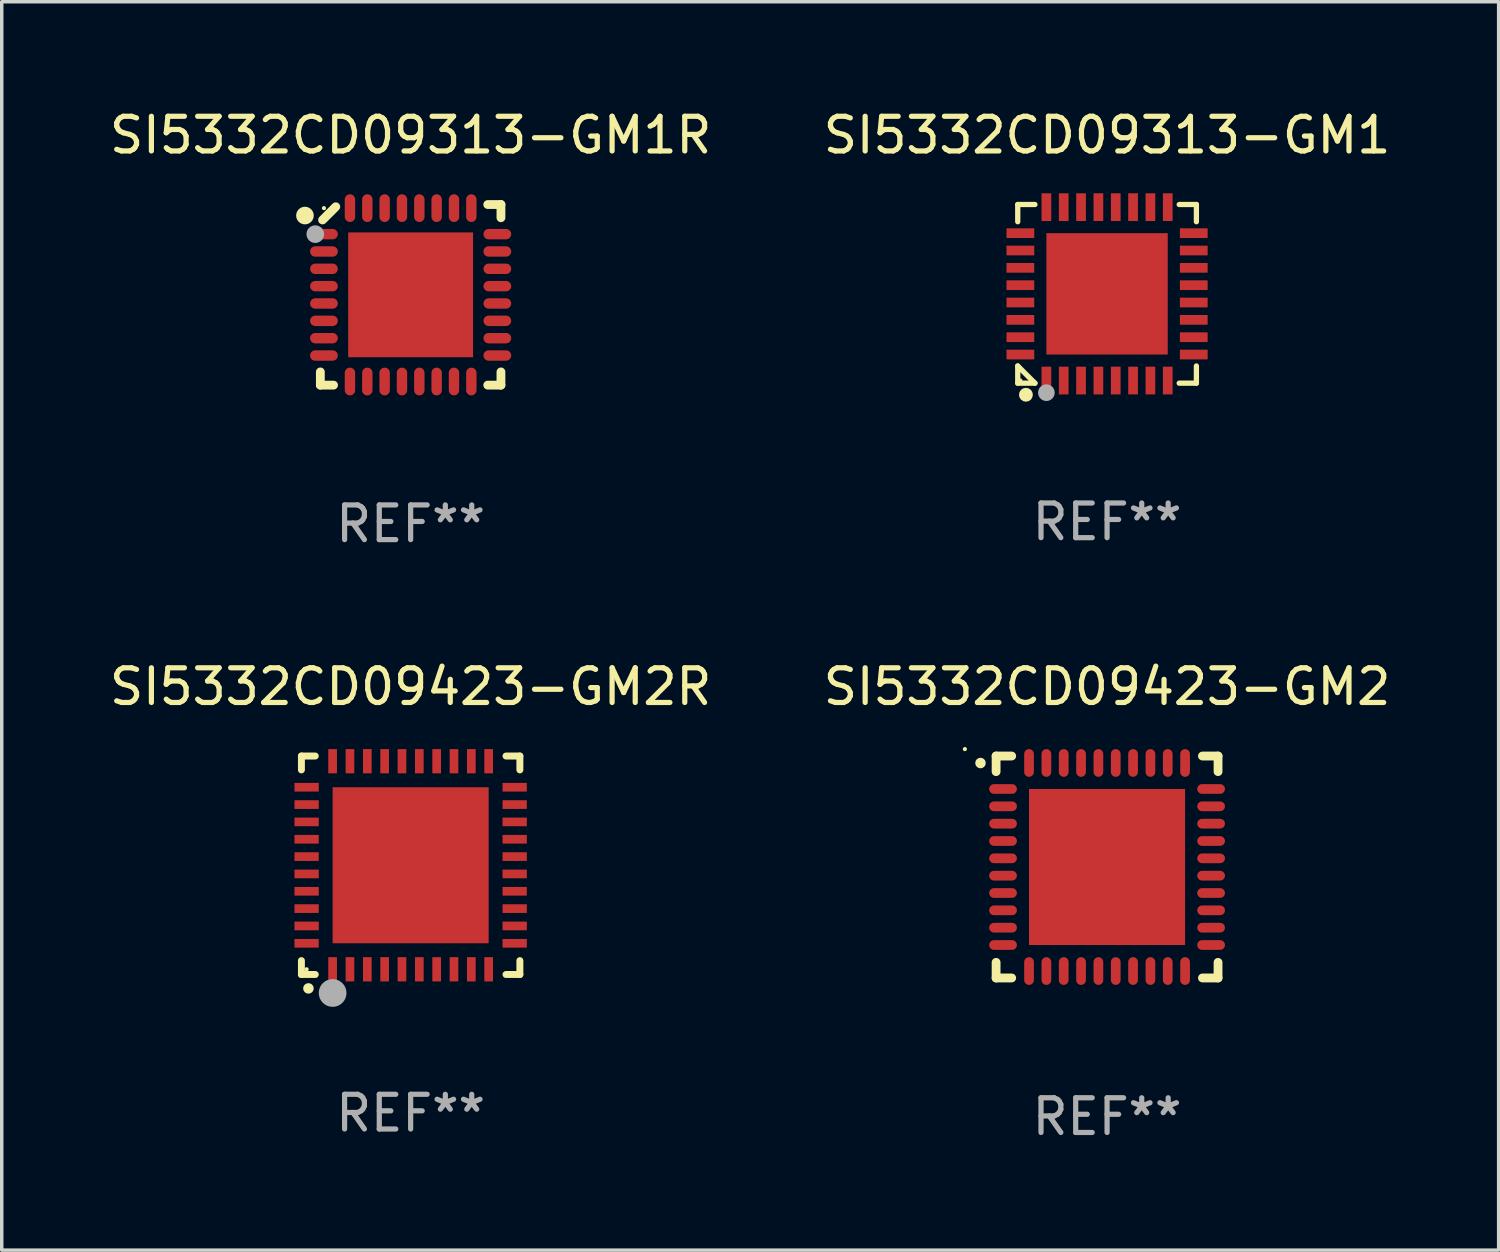
<source format=kicad_pcb>
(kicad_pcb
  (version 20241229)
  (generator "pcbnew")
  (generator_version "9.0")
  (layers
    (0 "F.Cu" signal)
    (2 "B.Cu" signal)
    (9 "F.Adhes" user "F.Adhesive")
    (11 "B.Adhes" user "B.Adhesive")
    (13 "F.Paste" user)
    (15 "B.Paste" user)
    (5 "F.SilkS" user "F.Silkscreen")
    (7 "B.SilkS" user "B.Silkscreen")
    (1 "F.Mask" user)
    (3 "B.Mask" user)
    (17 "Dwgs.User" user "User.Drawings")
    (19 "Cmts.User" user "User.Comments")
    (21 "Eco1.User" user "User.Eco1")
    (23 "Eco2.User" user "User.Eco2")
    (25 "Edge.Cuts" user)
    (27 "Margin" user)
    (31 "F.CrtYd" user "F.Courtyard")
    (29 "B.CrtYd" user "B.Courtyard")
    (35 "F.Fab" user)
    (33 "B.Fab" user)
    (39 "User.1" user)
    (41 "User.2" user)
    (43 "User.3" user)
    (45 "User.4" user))
  (footprint "SI5332CD09423-GM2R"
    (layer "F.Cu")
    (at 8.792 21.902)
    (property "Reference" "SI5332CD09423-GM2R" (at 0 -5.15 0) (layer "F.SilkS") (effects (font (size 1 1) (thickness 0.15))))
    (attr through_hole)
    (fp_line (start -3.15 -3.15) (end -2.75 -3.15) (stroke (width 0.2) (type solid)) (layer "F.SilkS"))
    (fp_line (start -3.15 -2.75) (end -3.15 -3.15) (stroke (width 0.2) (type solid)) (layer "F.SilkS"))
    (fp_line (start -3.15 3.15) (end -3.15 2.75) (stroke (width 0.2) (type solid)) (layer "F.SilkS"))
    (fp_line (start -2.75 3.15) (end -3.15 3.15) (stroke (width 0.2) (type solid)) (layer "F.SilkS"))
    (fp_line (start 3.15 -3.15) (end 2.75 -3.15) (stroke (width 0.2) (type solid)) (layer "F.SilkS"))
    (fp_line (start 3.15 -2.75) (end 3.15 -3.15) (stroke (width 0.2) (type solid)) (layer "F.SilkS"))
    (fp_line (start 3.15 2.75) (end 3.15 3.15) (stroke (width 0.2) (type solid)) (layer "F.SilkS"))
    (fp_line (start 3.15 3.15) (end 2.75 3.15) (stroke (width 0.2) (type solid)) (layer "F.SilkS"))
    (fp_arc (start -2.94892 3.550927) (mid -2.94765 3.550922) (end -2.94638 3.550927) (stroke (width 0.3) (type solid)) (layer "F.SilkS"))
    (fp_circle (center -3 3) (end -2.97 3) (stroke (width 0.06) (type solid)) (fill no) (layer "F.SilkS"))
    (fp_circle (center -2.25 3.683) (end -2.05 3.683) (stroke (width 0.4) (type solid)) (fill no) (layer "F.Fab"))
    (fp_text user "REF**" (at 0 7.15 0) (layer "F.Fab") (effects (font (size 1 1) (thickness 0.15))))
    (pad "1" smd rect (at -2.25 3 180) (size 0.25 0.7) (layers "F.Cu" "F.Mask" "F.Paste"))
    (pad "2" smd rect (at -1.75 3 180) (size 0.25 0.7) (layers "F.Cu" "F.Mask" "F.Paste"))
    (pad "3" smd rect (at -1.25 3 180) (size 0.25 0.7) (layers "F.Cu" "F.Mask" "F.Paste"))
    (pad "4" smd rect (at -0.75 3 180) (size 0.25 0.7) (layers "F.Cu" "F.Mask" "F.Paste"))
    (pad "5" smd rect (at -0.25 3 180) (size 0.25 0.7) (layers "F.Cu" "F.Mask" "F.Paste"))
    (pad "6" smd rect (at 0.25 3 180) (size 0.25 0.7) (layers "F.Cu" "F.Mask" "F.Paste"))
    (pad "7" smd rect (at 0.75 3 180) (size 0.25 0.7) (layers "F.Cu" "F.Mask" "F.Paste"))
    (pad "8" smd rect (at 1.25 3 180) (size 0.25 0.7) (layers "F.Cu" "F.Mask" "F.Paste"))
    (pad "9" smd rect (at 1.75 3 180) (size 0.25 0.7) (layers "F.Cu" "F.Mask" "F.Paste"))
    (pad "10" smd rect (at 2.25 3 180) (size 0.25 0.7) (layers "F.Cu" "F.Mask" "F.Paste"))
    (pad "11" smd rect (at 3 2.25 90) (size 0.25 0.7) (layers "F.Cu" "F.Mask" "F.Paste"))
    (pad "12" smd rect (at 3 1.75 90) (size 0.25 0.7) (layers "F.Cu" "F.Mask" "F.Paste"))
    (pad "13" smd rect (at 3 1.25 90) (size 0.25 0.7) (layers "F.Cu" "F.Mask" "F.Paste"))
    (pad "14" smd rect (at 3 0.75 90) (size 0.25 0.7) (layers "F.Cu" "F.Mask" "F.Paste"))
    (pad "15" smd rect (at 3 0.25 90) (size 0.25 0.7) (layers "F.Cu" "F.Mask" "F.Paste"))
    (pad "16" smd rect (at 3 -0.25 90) (size 0.25 0.7) (layers "F.Cu" "F.Mask" "F.Paste"))
    (pad "17" smd rect (at 3 -0.75 90) (size 0.25 0.7) (layers "F.Cu" "F.Mask" "F.Paste"))
    (pad "18" smd rect (at 3 -1.25 90) (size 0.25 0.7) (layers "F.Cu" "F.Mask" "F.Paste"))
    (pad "19" smd rect (at 3 -1.75 90) (size 0.25 0.7) (layers "F.Cu" "F.Mask" "F.Paste"))
    (pad "20" smd rect (at 3 -2.25 90) (size 0.25 0.7) (layers "F.Cu" "F.Mask" "F.Paste"))
    (pad "21" smd rect (at 2.25 -3 180) (size 0.25 0.7) (layers "F.Cu" "F.Mask" "F.Paste"))
    (pad "22" smd rect (at 1.75 -3 180) (size 0.25 0.7) (layers "F.Cu" "F.Mask" "F.Paste"))
    (pad "23" smd rect (at 1.25 -3 180) (size 0.25 0.7) (layers "F.Cu" "F.Mask" "F.Paste"))
    (pad "24" smd rect (at 0.75 -3 180) (size 0.25 0.7) (layers "F.Cu" "F.Mask" "F.Paste"))
    (pad "25" smd rect (at 0.25 -3 180) (size 0.25 0.7) (layers "F.Cu" "F.Mask" "F.Paste"))
    (pad "26" smd rect (at -0.25 -3 180) (size 0.25 0.7) (layers "F.Cu" "F.Mask" "F.Paste"))
    (pad "27" smd rect (at -0.75 -3 180) (size 0.25 0.7) (layers "F.Cu" "F.Mask" "F.Paste"))
    (pad "28" smd rect (at -1.25 -3 180) (size 0.25 0.7) (layers "F.Cu" "F.Mask" "F.Paste"))
    (pad "29" smd rect (at -1.75 -3 180) (size 0.25 0.7) (layers "F.Cu" "F.Mask" "F.Paste"))
    (pad "30" smd rect (at -2.25 -3 180) (size 0.25 0.7) (layers "F.Cu" "F.Mask" "F.Paste"))
    (pad "31" smd rect (at -3 -2.25 90) (size 0.25 0.7) (layers "F.Cu" "F.Mask" "F.Paste"))
    (pad "32" smd rect (at -3 -1.75 90) (size 0.25 0.7) (layers "F.Cu" "F.Mask" "F.Paste"))
    (pad "33" smd rect (at -3 -1.25 90) (size 0.25 0.7) (layers "F.Cu" "F.Mask" "F.Paste"))
    (pad "34" smd rect (at -3 -0.75 90) (size 0.25 0.7) (layers "F.Cu" "F.Mask" "F.Paste"))
    (pad "35" smd rect (at -3 -0.25 90) (size 0.25 0.7) (layers "F.Cu" "F.Mask" "F.Paste"))
    (pad "36" smd rect (at -3 0.25 90) (size 0.25 0.7) (layers "F.Cu" "F.Mask" "F.Paste"))
    (pad "37" smd rect (at -3 0.75 90) (size 0.25 0.7) (layers "F.Cu" "F.Mask" "F.Paste"))
    (pad "38" smd rect (at -3 1.25 90) (size 0.25 0.7) (layers "F.Cu" "F.Mask" "F.Paste"))
    (pad "39" smd rect (at -3 1.75 90) (size 0.25 0.7) (layers "F.Cu" "F.Mask" "F.Paste"))
    (pad "40" smd rect (at -3 2.25 90) (size 0.25 0.7) (layers "F.Cu" "F.Mask" "F.Paste"))
    (pad "41" smd rect (at 0.000102 0.000076 90) (size 4.5 4.5) (layers "F.Cu" "F.Mask" "F.Paste")))
  (footprint "SI5332CD09313-GM1"
    (layer "F.Cu")
    (at 28.875 5.424)
    (property "Reference" "SI5332CD09313-GM1" (at 0 -4.576 0) (layer "F.SilkS") (effects (font (size 1 1) (thickness 0.15))))
    (attr through_hole)
    (fp_line (start -2.576 -2.576) (end -2.08 -2.576) (stroke (width 0.152) (type solid)) (layer "F.SilkS"))
    (fp_line (start -2.576 -2.08) (end -2.576 -2.576) (stroke (width 0.152) (type solid)) (layer "F.SilkS"))
    (fp_line (start -2.576 2.08) (end -2.576 2.576) (stroke (width 0.152) (type solid)) (layer "F.SilkS"))
    (fp_line (start -2.576 2.08) (end -2.08 2.576) (stroke (width 0.152) (type solid)) (layer "F.SilkS"))
    (fp_line (start -2.576 2.576) (end -2.08 2.576) (stroke (width 0.152) (type solid)) (layer "F.SilkS"))
    (fp_line (start 2.576 -2.576) (end 2.08 -2.576) (stroke (width 0.152) (type solid)) (layer "F.SilkS"))
    (fp_line (start 2.576 -2.08) (end 2.576 -2.576) (stroke (width 0.152) (type solid)) (layer "F.SilkS"))
    (fp_line (start 2.576 2.08) (end 2.576 2.576) (stroke (width 0.152) (type solid)) (layer "F.SilkS"))
    (fp_line (start 2.576 2.576) (end 2.08 2.576) (stroke (width 0.152) (type solid)) (layer "F.SilkS"))
    (fp_circle (center -2.5 2.5) (end -2.47 2.5) (stroke (width 0.06) (type solid)) (fill no) (layer "F.SilkS"))
    (fp_circle (center -2.34 2.91) (end -2.24 2.91) (stroke (width 0.2) (type solid)) (fill no) (layer "F.SilkS"))
    (fp_circle (center -1.75 2.85) (end -1.63 2.85) (stroke (width 0.24) (type solid)) (fill no) (layer "F.Fab"))
    (fp_text user "REF**" (at 0 6.576 0) (layer "F.Fab") (effects (font (size 1 1) (thickness 0.15))))
    (pad "1" smd rect (at -1.75 2.5) (size 0.28 0.8) (layers "F.Cu" "F.Mask" "F.Paste"))
    (pad "2" smd rect (at -1.25 2.5) (size 0.28 0.8) (layers "F.Cu" "F.Mask" "F.Paste"))
    (pad "3" smd rect (at -0.75 2.5) (size 0.28 0.8) (layers "F.Cu" "F.Mask" "F.Paste"))
    (pad "4" smd rect (at -0.25 2.5) (size 0.28 0.8) (layers "F.Cu" "F.Mask" "F.Paste"))
    (pad "5" smd rect (at 0.25 2.5) (size 0.28 0.8) (layers "F.Cu" "F.Mask" "F.Paste"))
    (pad "6" smd rect (at 0.75 2.5) (size 0.28 0.8) (layers "F.Cu" "F.Mask" "F.Paste"))
    (pad "7" smd rect (at 1.25 2.5) (size 0.28 0.8) (layers "F.Cu" "F.Mask" "F.Paste"))
    (pad "8" smd rect (at 1.75 2.5) (size 0.28 0.8) (layers "F.Cu" "F.Mask" "F.Paste"))
    (pad "9" smd rect (at 2.5 1.75) (size 0.8 0.28) (layers "F.Cu" "F.Mask" "F.Paste"))
    (pad "10" smd rect (at 2.5 1.25) (size 0.8 0.28) (layers "F.Cu" "F.Mask" "F.Paste"))
    (pad "11" smd rect (at 2.5 0.75) (size 0.8 0.28) (layers "F.Cu" "F.Mask" "F.Paste"))
    (pad "12" smd rect (at 2.5 0.25) (size 0.8 0.28) (layers "F.Cu" "F.Mask" "F.Paste"))
    (pad "13" smd rect (at 2.5 -0.25) (size 0.8 0.28) (layers "F.Cu" "F.Mask" "F.Paste"))
    (pad "14" smd rect (at 2.5 -0.75) (size 0.8 0.28) (layers "F.Cu" "F.Mask" "F.Paste"))
    (pad "15" smd rect (at 2.5 -1.25) (size 0.8 0.28) (layers "F.Cu" "F.Mask" "F.Paste"))
    (pad "16" smd rect (at 2.5 -1.75) (size 0.8 0.28) (layers "F.Cu" "F.Mask" "F.Paste"))
    (pad "17" smd rect (at 1.75 -2.5) (size 0.28 0.8) (layers "F.Cu" "F.Mask" "F.Paste"))
    (pad "18" smd rect (at 1.25 -2.5) (size 0.28 0.8) (layers "F.Cu" "F.Mask" "F.Paste"))
    (pad "19" smd rect (at 0.75 -2.5) (size 0.28 0.8) (layers "F.Cu" "F.Mask" "F.Paste"))
    (pad "20" smd rect (at 0.25 -2.5) (size 0.28 0.8) (layers "F.Cu" "F.Mask" "F.Paste"))
    (pad "21" smd rect (at -0.25 -2.5) (size 0.28 0.8) (layers "F.Cu" "F.Mask" "F.Paste"))
    (pad "22" smd rect (at -0.75 -2.5) (size 0.28 0.8) (layers "F.Cu" "F.Mask" "F.Paste"))
    (pad "23" smd rect (at -1.25 -2.5) (size 0.28 0.8) (layers "F.Cu" "F.Mask" "F.Paste"))
    (pad "24" smd rect (at -1.75 -2.5) (size 0.28 0.8) (layers "F.Cu" "F.Mask" "F.Paste"))
    (pad "25" smd rect (at -2.5 -1.75) (size 0.8 0.28) (layers "F.Cu" "F.Mask" "F.Paste"))
    (pad "26" smd rect (at -2.5 -1.25) (size 0.8 0.28) (layers "F.Cu" "F.Mask" "F.Paste"))
    (pad "27" smd rect (at -2.5 -0.75) (size 0.8 0.28) (layers "F.Cu" "F.Mask" "F.Paste"))
    (pad "28" smd rect (at -2.5 -0.25) (size 0.8 0.28) (layers "F.Cu" "F.Mask" "F.Paste"))
    (pad "29" smd rect (at -2.5 0.25) (size 0.8 0.28) (layers "F.Cu" "F.Mask" "F.Paste"))
    (pad "30" smd rect (at -2.5 0.75) (size 0.8 0.28) (layers "F.Cu" "F.Mask" "F.Paste"))
    (pad "31" smd rect (at -2.5 1.25) (size 0.8 0.28) (layers "F.Cu" "F.Mask" "F.Paste"))
    (pad "32" smd rect (at -2.5 1.75) (size 0.8 0.28) (layers "F.Cu" "F.Mask" "F.Paste"))
    (pad "33" smd rect (at 0 0) (size 3.5 3.5) (layers "F.Cu" "F.Mask" "F.Paste")))
  (footprint "SI5332CD09423-GM2"
    (layer "F.Cu")
    (at 28.875 21.952)
    (property "Reference" "SI5332CD09423-GM2" (at 0 -5.2 0) (layer "F.SilkS") (effects (font (size 1 1) (thickness 0.15))))
    (attr through_hole)
    (fp_line (start -3.2 -3.2) (end -2.75 -3.2) (stroke (width 0.254) (type solid)) (layer "F.SilkS"))
    (fp_line (start -3.2 -2.75) (end -3.2 -3.2) (stroke (width 0.254) (type solid)) (layer "F.SilkS"))
    (fp_line (start -3.2 3.2) (end -3.2 2.75) (stroke (width 0.254) (type solid)) (layer "F.SilkS"))
    (fp_line (start -2.75 3.2) (end -3.2 3.2) (stroke (width 0.254) (type solid)) (layer "F.SilkS"))
    (fp_line (start 2.75 3.2) (end 3.2 3.2) (stroke (width 0.254) (type solid)) (layer "F.SilkS"))
    (fp_line (start 3.2 -3.2) (end 2.75 -3.2) (stroke (width 0.254) (type solid)) (layer "F.SilkS"))
    (fp_line (start 3.2 -2.75) (end 3.2 -3.2) (stroke (width 0.254) (type solid)) (layer "F.SilkS"))
    (fp_line (start 3.2 3.2) (end 3.2 2.75) (stroke (width 0.254) (type solid)) (layer "F.SilkS"))
    (fp_arc (start -3.649987 -2.997206) (mid -3.649992 -2.998476) (end -3.649987 -2.999746) (stroke (width 0.3) (type solid)) (layer "F.SilkS"))
    (fp_circle (center -4.1 -3.4) (end -4.07 -3.4) (stroke (width 0.06) (type solid)) (fill no) (layer "F.SilkS"))
    (fp_text user "REF**" (at 0 7.2 0) (layer "F.Fab") (effects (font (size 1 1) (thickness 0.15))))
    (pad "1" smd oval (at -3 -2.25 90) (size 0.28 0.8) (layers "F.Cu" "F.Mask" "F.Paste"))
    (pad "2" smd oval (at -3 -1.75 90) (size 0.28 0.8) (layers "F.Cu" "F.Mask" "F.Paste"))
    (pad "3" smd oval (at -3 -1.25 90) (size 0.28 0.8) (layers "F.Cu" "F.Mask" "F.Paste"))
    (pad "4" smd oval (at -3 -0.75 90) (size 0.28 0.8) (layers "F.Cu" "F.Mask" "F.Paste"))
    (pad "5" smd oval (at -3 -0.25 90) (size 0.28 0.8) (layers "F.Cu" "F.Mask" "F.Paste"))
    (pad "6" smd oval (at -3 0.25 90) (size 0.28 0.8) (layers "F.Cu" "F.Mask" "F.Paste"))
    (pad "7" smd oval (at -3 0.75 90) (size 0.28 0.8) (layers "F.Cu" "F.Mask" "F.Paste"))
    (pad "8" smd oval (at -3 1.25 90) (size 0.28 0.8) (layers "F.Cu" "F.Mask" "F.Paste"))
    (pad "9" smd oval (at -3 1.75 90) (size 0.28 0.8) (layers "F.Cu" "F.Mask" "F.Paste"))
    (pad "10" smd oval (at -3 2.25 90) (size 0.28 0.8) (layers "F.Cu" "F.Mask" "F.Paste"))
    (pad "11" smd oval (at -2.25 3) (size 0.28 0.8) (layers "F.Cu" "F.Mask" "F.Paste"))
    (pad "12" smd oval (at -1.75 3) (size 0.28 0.8) (layers "F.Cu" "F.Mask" "F.Paste"))
    (pad "13" smd oval (at -1.25 3) (size 0.28 0.8) (layers "F.Cu" "F.Mask" "F.Paste"))
    (pad "14" smd oval (at -0.75 3) (size 0.28 0.8) (layers "F.Cu" "F.Mask" "F.Paste"))
    (pad "15" smd oval (at -0.25 3) (size 0.28 0.8) (layers "F.Cu" "F.Mask" "F.Paste"))
    (pad "16" smd oval (at 0.25 3) (size 0.28 0.8) (layers "F.Cu" "F.Mask" "F.Paste"))
    (pad "17" smd oval (at 0.75 3) (size 0.28 0.8) (layers "F.Cu" "F.Mask" "F.Paste"))
    (pad "18" smd oval (at 1.25 3) (size 0.28 0.8) (layers "F.Cu" "F.Mask" "F.Paste"))
    (pad "19" smd oval (at 1.75 3) (size 0.28 0.8) (layers "F.Cu" "F.Mask" "F.Paste"))
    (pad "20" smd oval (at 2.25 3) (size 0.28 0.8) (layers "F.Cu" "F.Mask" "F.Paste"))
    (pad "21" smd oval (at 3 2.25 90) (size 0.28 0.8) (layers "F.Cu" "F.Mask" "F.Paste"))
    (pad "22" smd oval (at 3 1.75 90) (size 0.28 0.8) (layers "F.Cu" "F.Mask" "F.Paste"))
    (pad "23" smd oval (at 3 1.25 90) (size 0.28 0.8) (layers "F.Cu" "F.Mask" "F.Paste"))
    (pad "24" smd oval (at 3 0.75 90) (size 0.28 0.8) (layers "F.Cu" "F.Mask" "F.Paste"))
    (pad "25" smd oval (at 3 0.25 90) (size 0.28 0.8) (layers "F.Cu" "F.Mask" "F.Paste"))
    (pad "26" smd oval (at 3 -0.25 90) (size 0.28 0.8) (layers "F.Cu" "F.Mask" "F.Paste"))
    (pad "27" smd oval (at 3 -0.75 90) (size 0.28 0.8) (layers "F.Cu" "F.Mask" "F.Paste"))
    (pad "28" smd oval (at 3 -1.25 90) (size 0.28 0.8) (layers "F.Cu" "F.Mask" "F.Paste"))
    (pad "29" smd oval (at 3 -1.75 90) (size 0.28 0.8) (layers "F.Cu" "F.Mask" "F.Paste"))
    (pad "30" smd oval (at 3 -2.25 90) (size 0.28 0.8) (layers "F.Cu" "F.Mask" "F.Paste"))
    (pad "31" smd oval (at 2.25 -3) (size 0.28 0.8) (layers "F.Cu" "F.Mask" "F.Paste"))
    (pad "32" smd oval (at 1.75 -3) (size 0.28 0.8) (layers "F.Cu" "F.Mask" "F.Paste"))
    (pad "33" smd oval (at 1.25 -3) (size 0.28 0.8) (layers "F.Cu" "F.Mask" "F.Paste"))
    (pad "34" smd oval (at 0.75 -3) (size 0.28 0.8) (layers "F.Cu" "F.Mask" "F.Paste"))
    (pad "35" smd oval (at 0.25 -3) (size 0.28 0.8) (layers "F.Cu" "F.Mask" "F.Paste"))
    (pad "36" smd oval (at -0.25 -3) (size 0.28 0.8) (layers "F.Cu" "F.Mask" "F.Paste"))
    (pad "37" smd oval (at -0.75 -3) (size 0.28 0.8) (layers "F.Cu" "F.Mask" "F.Paste"))
    (pad "38" smd oval (at -1.25 -3) (size 0.28 0.8) (layers "F.Cu" "F.Mask" "F.Paste"))
    (pad "39" smd oval (at -1.75 -3) (size 0.28 0.8) (layers "F.Cu" "F.Mask" "F.Paste"))
    (pad "40" smd oval (at -2.25 -3) (size 0.28 0.8) (layers "F.Cu" "F.Mask" "F.Paste"))
    (pad "41" smd rect (at 0 0) (size 4.5 4.5) (layers "F.Cu" "F.Mask" "F.Paste")))
  (footprint "SI5332CD09313-GM1R"
    (layer "F.Cu")
    (at 8.792 5.452)
    (property "Reference" "SI5332CD09313-GM1R" (at 0 -4.604 0) (layer "F.SilkS") (effects (font (size 1 1) (thickness 0.15))))
    (attr through_hole)
    (fp_line (start -2.604 2.223) (end -2.604 2.604) (stroke (width 0.254) (type solid)) (layer "F.SilkS"))
    (fp_line (start -2.604 2.604) (end -2.223 2.604) (stroke (width 0.254) (type solid)) (layer "F.SilkS"))
    (fp_line (start -2.159 -2.54) (end -2.54 -2.159) (stroke (width 0.254) (type solid)) (layer "F.SilkS"))
    (fp_line (start 2.223 2.604) (end 2.604 2.604) (stroke (width 0.254) (type solid)) (layer "F.SilkS"))
    (fp_line (start 2.604 -2.604) (end 2.223 -2.604) (stroke (width 0.254) (type solid)) (layer "F.SilkS"))
    (fp_line (start 2.604 -2.223) (end 2.604 -2.604) (stroke (width 0.254) (type solid)) (layer "F.SilkS"))
    (fp_line (start 2.604 2.604) (end 2.604 2.223) (stroke (width 0.254) (type solid)) (layer "F.SilkS"))
    (fp_circle (center -3.048 -2.286) (end -2.921 -2.286) (stroke (width 0.254) (type solid)) (fill no) (layer "F.SilkS"))
    (fp_circle (center -2.5 -2.5) (end -2.47 -2.5) (stroke (width 0.06) (type solid)) (fill no) (layer "F.SilkS"))
    (fp_circle (center -2.75 -1.75) (end -2.623 -1.75) (stroke (width 0.254) (type solid)) (fill no) (layer "F.Fab"))
    (fp_text user "REF**" (at 0 6.604 0) (layer "F.Fab") (effects (font (size 1 1) (thickness 0.15))))
    (pad "1" smd oval (at -2.5 -1.75) (size 0.8 0.3) (layers "F.Cu" "F.Mask" "F.Paste"))
    (pad "2" smd oval (at -2.5 -1.25) (size 0.8 0.3) (layers "F.Cu" "F.Mask" "F.Paste"))
    (pad "3" smd oval (at -2.5 -0.75) (size 0.8 0.3) (layers "F.Cu" "F.Mask" "F.Paste"))
    (pad "4" smd oval (at -2.5 -0.25) (size 0.8 0.3) (layers "F.Cu" "F.Mask" "F.Paste"))
    (pad "5" smd oval (at -2.5 0.25) (size 0.8 0.3) (layers "F.Cu" "F.Mask" "F.Paste"))
    (pad "6" smd oval (at -2.5 0.75) (size 0.8 0.3) (layers "F.Cu" "F.Mask" "F.Paste"))
    (pad "7" smd oval (at -2.5 1.25) (size 0.8 0.3) (layers "F.Cu" "F.Mask" "F.Paste"))
    (pad "8" smd oval (at -2.5 1.75) (size 0.8 0.3) (layers "F.Cu" "F.Mask" "F.Paste"))
    (pad "9" smd oval (at -1.75 2.5) (size 0.3 0.8) (layers "F.Cu" "F.Mask" "F.Paste"))
    (pad "10" smd oval (at -1.25 2.5) (size 0.3 0.8) (layers "F.Cu" "F.Mask" "F.Paste"))
    (pad "11" smd oval (at -0.75 2.5) (size 0.3 0.8) (layers "F.Cu" "F.Mask" "F.Paste"))
    (pad "12" smd oval (at -0.25 2.5) (size 0.3 0.8) (layers "F.Cu" "F.Mask" "F.Paste"))
    (pad "13" smd oval (at 0.25 2.5) (size 0.3 0.8) (layers "F.Cu" "F.Mask" "F.Paste"))
    (pad "14" smd oval (at 0.75 2.5) (size 0.3 0.8) (layers "F.Cu" "F.Mask" "F.Paste"))
    (pad "15" smd oval (at 1.25 2.5) (size 0.3 0.8) (layers "F.Cu" "F.Mask" "F.Paste"))
    (pad "16" smd oval (at 1.75 2.5) (size 0.3 0.8) (layers "F.Cu" "F.Mask" "F.Paste"))
    (pad "17" smd oval (at 2.5 1.75) (size 0.8 0.3) (layers "F.Cu" "F.Mask" "F.Paste"))
    (pad "18" smd oval (at 2.5 1.25) (size 0.8 0.3) (layers "F.Cu" "F.Mask" "F.Paste"))
    (pad "19" smd oval (at 2.5 0.75) (size 0.8 0.3) (layers "F.Cu" "F.Mask" "F.Paste"))
    (pad "20" smd oval (at 2.5 0.25) (size 0.8 0.3) (layers "F.Cu" "F.Mask" "F.Paste"))
    (pad "21" smd oval (at 2.5 -0.25) (size 0.8 0.3) (layers "F.Cu" "F.Mask" "F.Paste"))
    (pad "22" smd oval (at 2.5 -0.75) (size 0.8 0.3) (layers "F.Cu" "F.Mask" "F.Paste"))
    (pad "23" smd oval (at 2.5 -1.25) (size 0.8 0.3) (layers "F.Cu" "F.Mask" "F.Paste"))
    (pad "24" smd oval (at 2.5 -1.75) (size 0.8 0.3) (layers "F.Cu" "F.Mask" "F.Paste"))
    (pad "25" smd oval (at 1.75 -2.5) (size 0.3 0.8) (layers "F.Cu" "F.Mask" "F.Paste"))
    (pad "26" smd oval (at 1.25 -2.5) (size 0.3 0.8) (layers "F.Cu" "F.Mask" "F.Paste"))
    (pad "27" smd oval (at 0.75 -2.5) (size 0.3 0.8) (layers "F.Cu" "F.Mask" "F.Paste"))
    (pad "28" smd oval (at 0.25 -2.5) (size 0.3 0.8) (layers "F.Cu" "F.Mask" "F.Paste"))
    (pad "29" smd oval (at -0.25 -2.5) (size 0.3 0.8) (layers "F.Cu" "F.Mask" "F.Paste"))
    (pad "30" smd oval (at -0.75 -2.5) (size 0.3 0.8) (layers "F.Cu" "F.Mask" "F.Paste"))
    (pad "31" smd oval (at -1.25 -2.5) (size 0.3 0.8) (layers "F.Cu" "F.Mask" "F.Paste"))
    (pad "32" smd oval (at -1.75 -2.5) (size 0.3 0.8) (layers "F.Cu" "F.Mask" "F.Paste"))
    (pad "33" smd rect (at -0.000076 0) (size 3.6 3.6) (layers "F.Cu" "F.Mask" "F.Paste")))
  (gr_rect
    (start -3 -3)
    (end 40.167 33)
    (stroke (width 0.1) (type default))
    (fill no)
    (layer "Edge.Cuts")))
</source>
